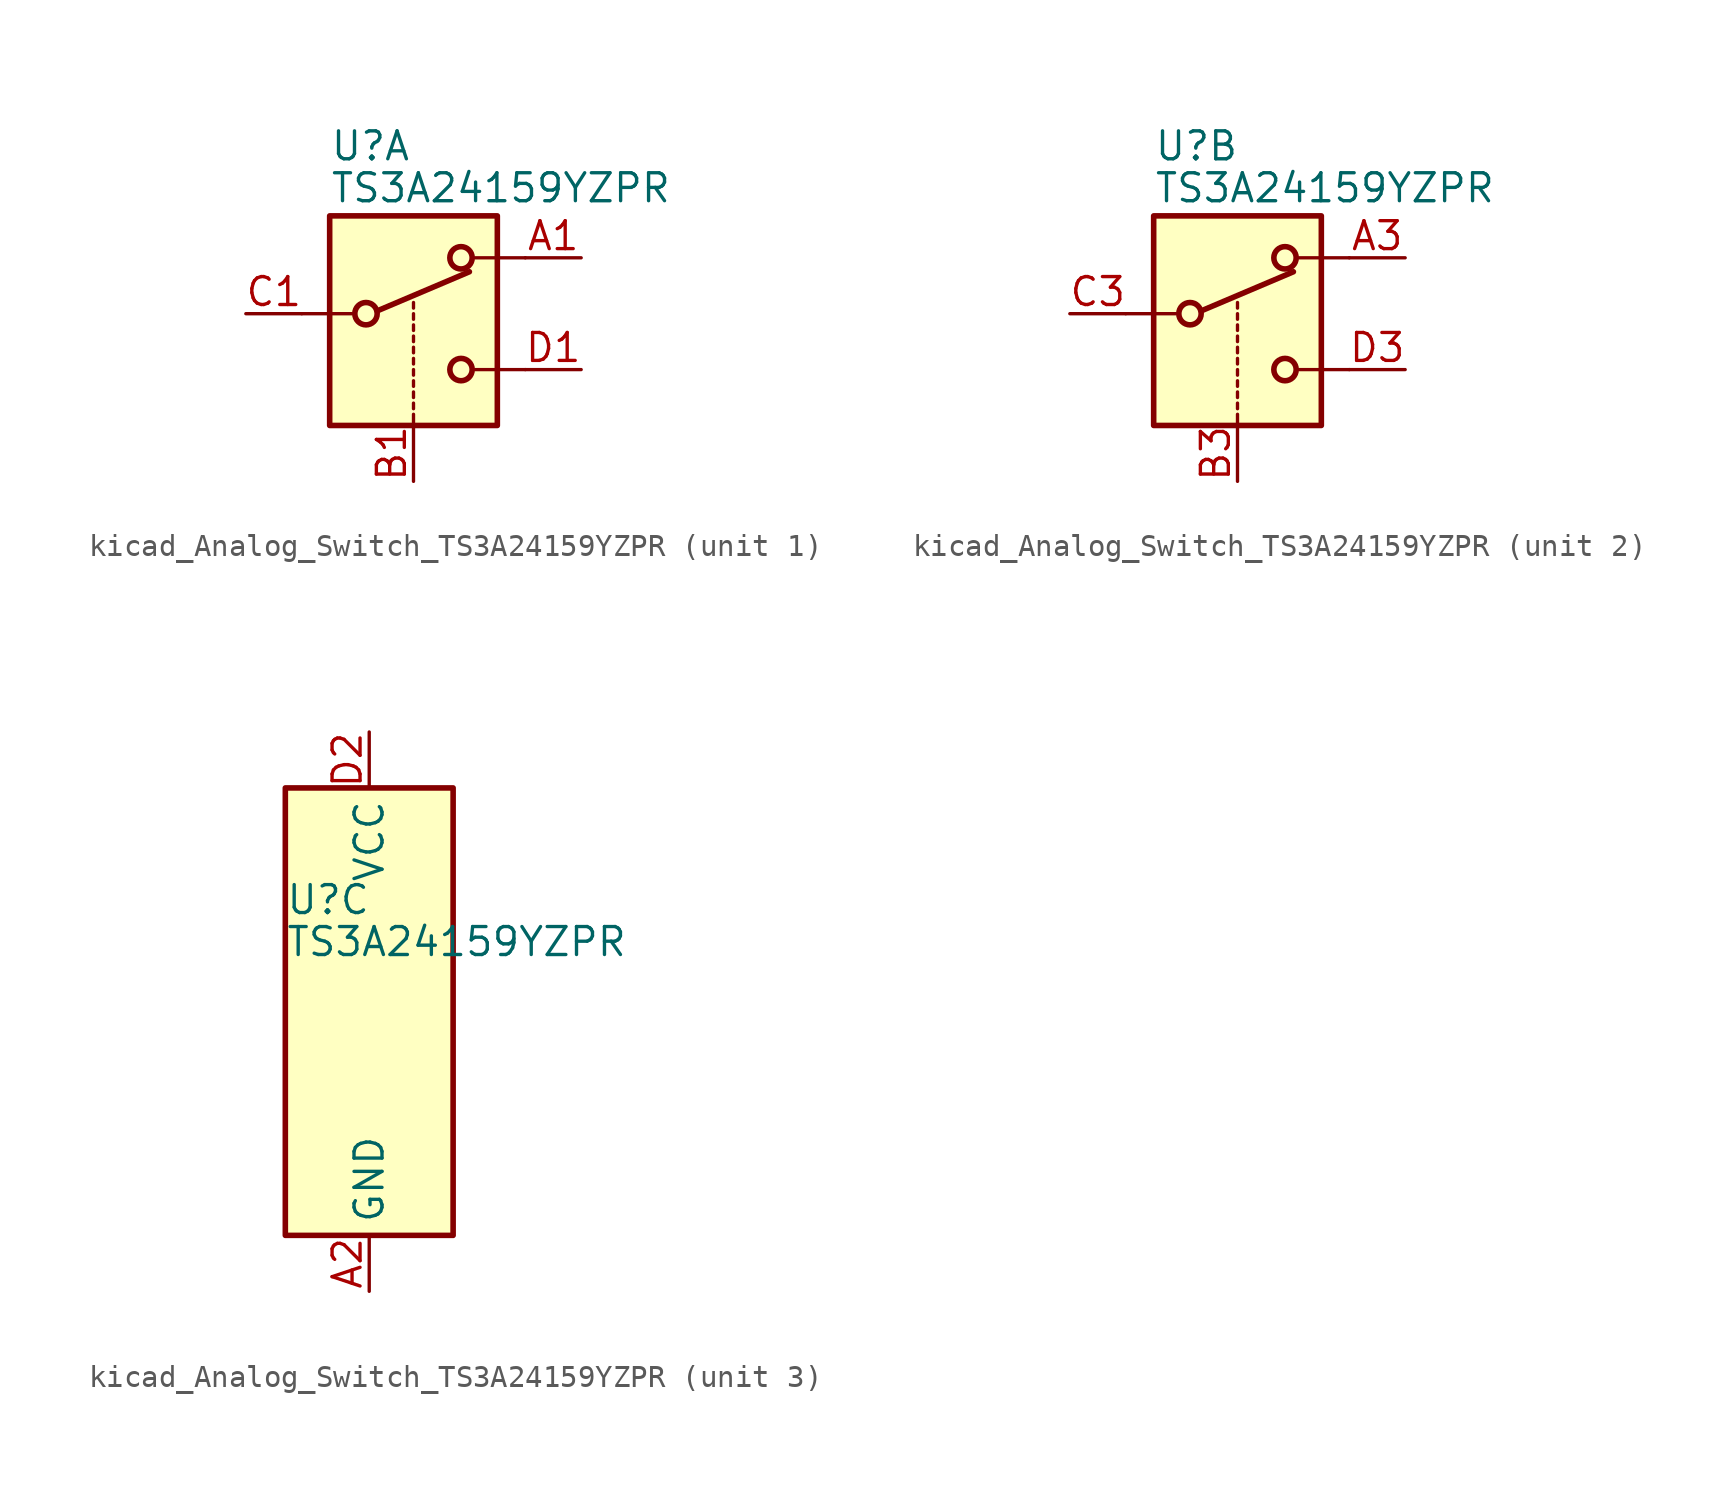
<source format=kicad_sym>
(kicad_symbol_lib
  (version 20220914)
  (generator kicad_symbol_editor)
  (symbol "kicad_Analog_Switch_TS3A24159YZPR"
    (property "Reference" "U"
      (at -3.81 5.08 0)
      (effects (font (size 1.27 1.27)) (justify left)))
    (property "Value" "TS3A24159YZPR"
      (at -3.81 3.175 0)
      (effects (font (size 1.27 1.27)) (justify left)))
    (property "ki_locked" ""
      (at 0 0 0)
      (effects (font (size 1.27 1.27))))
    (symbol "kicad_Analog_Switch_TS3A24159YZPR_1_1"
      (rectangle (start -3.81 1.905) (end 3.81 -7.62) (stroke (width 0.254) (type default)) (fill (type background)))
      (circle (center -2.159 -2.54) (radius 0.508) (stroke (width 0.254) (type default)) (fill (type none)))
      (polyline (pts (xy -5.08 -2.54) (xy -2.794 -2.54)) (stroke (width 0) (type default)) (fill (type none)))
      (polyline (pts (xy -1.651 -2.413) (xy 2.54 -0.635)) (stroke (width 0.254) (type default)) (fill (type none)))
      (polyline (pts (xy 0 -7.62) (xy 0 -7.112)) (stroke (width 0) (type default)) (fill (type none)))
      (polyline (pts (xy 0 -6.858) (xy 0 -6.604)) (stroke (width 0) (type default)) (fill (type none)))
      (polyline (pts (xy 0 -6.35) (xy 0 -6.096)) (stroke (width 0) (type default)) (fill (type none)))
      (polyline (pts (xy 0 -5.842) (xy 0 -5.588)) (stroke (width 0) (type default)) (fill (type none)))
      (polyline (pts (xy 0 -5.334) (xy 0 -5.08)) (stroke (width 0) (type default)) (fill (type none)))
      (polyline (pts (xy 0 -4.826) (xy 0 -4.572)) (stroke (width 0) (type default)) (fill (type none)))
      (polyline (pts (xy 0 -4.318) (xy 0 -4.064)) (stroke (width 0) (type default)) (fill (type none)))
      (polyline (pts (xy 0 -3.81) (xy 0 -3.556)) (stroke (width 0) (type default)) (fill (type none)))
      (polyline (pts (xy 0 -3.302) (xy 0 -3.048)) (stroke (width 0) (type default)) (fill (type none)))
      (polyline (pts (xy 0 -2.794) (xy 0 -2.54)) (stroke (width 0) (type default)) (fill (type none)))
      (polyline (pts (xy 0 -2.286) (xy 0 -2.032)) (stroke (width 0) (type default)) (fill (type none)))
      (polyline (pts (xy 5.08 -5.08) (xy 2.794 -5.08)) (stroke (width 0) (type default)) (fill (type none)))
      (polyline (pts (xy 5.08 0) (xy 2.794 0)) (stroke (width 0) (type default)) (fill (type none)))
      (circle (center 2.159 -5.08) (radius 0.508) (stroke (width 0.254) (type default)) (fill (type none)))
      (circle (center 2.159 0) (radius 0.508) (stroke (width 0.254) (type default)) (fill (type none)))
      (pin passive line (at 7.62 0 180) (length 2.54) (name "~" (effects (font (size 1.27 1.27)))) (number "A1" (effects (font (size 1.27 1.27)))))
      (pin input line (at 0 -10.16 90) (length 2.54) (name "~" (effects (font (size 1.27 1.27)))) (number "B1" (effects (font (size 1.27 1.27)))))
      (pin passive line (at -7.62 -2.54 0) (length 2.54) (name "~" (effects (font (size 1.27 1.27)))) (number "C1" (effects (font (size 1.27 1.27)))))
      (pin passive line (at 7.62 -5.08 180) (length 2.54) (name "~" (effects (font (size 1.27 1.27)))) (number "D1" (effects (font (size 1.27 1.27))))))
    (symbol "kicad_Analog_Switch_TS3A24159YZPR_2_1"
      (rectangle (start -3.81 1.905) (end 3.81 -7.62) (stroke (width 0.254) (type default)) (fill (type background)))
      (circle (center -2.159 -2.54) (radius 0.508) (stroke (width 0.254) (type default)) (fill (type none)))
      (polyline (pts (xy -5.08 -2.54) (xy -2.794 -2.54)) (stroke (width 0) (type default)) (fill (type none)))
      (polyline (pts (xy -1.651 -2.413) (xy 2.54 -0.635)) (stroke (width 0.254) (type default)) (fill (type none)))
      (polyline (pts (xy 0 -7.62) (xy 0 -7.112)) (stroke (width 0) (type default)) (fill (type none)))
      (polyline (pts (xy 0 -6.858) (xy 0 -6.604)) (stroke (width 0) (type default)) (fill (type none)))
      (polyline (pts (xy 0 -6.35) (xy 0 -6.096)) (stroke (width 0) (type default)) (fill (type none)))
      (polyline (pts (xy 0 -5.842) (xy 0 -5.588)) (stroke (width 0) (type default)) (fill (type none)))
      (polyline (pts (xy 0 -5.334) (xy 0 -5.08)) (stroke (width 0) (type default)) (fill (type none)))
      (polyline (pts (xy 0 -4.826) (xy 0 -4.572)) (stroke (width 0) (type default)) (fill (type none)))
      (polyline (pts (xy 0 -4.318) (xy 0 -4.064)) (stroke (width 0) (type default)) (fill (type none)))
      (polyline (pts (xy 0 -3.81) (xy 0 -3.556)) (stroke (width 0) (type default)) (fill (type none)))
      (polyline (pts (xy 0 -3.302) (xy 0 -3.048)) (stroke (width 0) (type default)) (fill (type none)))
      (polyline (pts (xy 0 -2.794) (xy 0 -2.54)) (stroke (width 0) (type default)) (fill (type none)))
      (polyline (pts (xy 0 -2.286) (xy 0 -2.032)) (stroke (width 0) (type default)) (fill (type none)))
      (polyline (pts (xy 5.08 -5.08) (xy 2.794 -5.08)) (stroke (width 0) (type default)) (fill (type none)))
      (polyline (pts (xy 5.08 0) (xy 2.794 0)) (stroke (width 0) (type default)) (fill (type none)))
      (circle (center 2.159 -5.08) (radius 0.508) (stroke (width 0.254) (type default)) (fill (type none)))
      (circle (center 2.159 0) (radius 0.508) (stroke (width 0.254) (type default)) (fill (type none)))
      (pin passive line (at 7.62 0 180) (length 2.54) (name "~" (effects (font (size 1.27 1.27)))) (number "A3" (effects (font (size 1.27 1.27)))))
      (pin input line (at 0 -10.16 90) (length 2.54) (name "~" (effects (font (size 1.27 1.27)))) (number "B3" (effects (font (size 1.27 1.27)))))
      (pin passive line (at -7.62 -2.54 0) (length 2.54) (name "~" (effects (font (size 1.27 1.27)))) (number "C3" (effects (font (size 1.27 1.27)))))
      (pin passive line (at 7.62 -5.08 180) (length 2.54) (name "~" (effects (font (size 1.27 1.27)))) (number "D3" (effects (font (size 1.27 1.27))))))
    (symbol "kicad_Analog_Switch_TS3A24159YZPR_3_1"
      (rectangle (start -3.81 10.16) (end 3.81 -10.16) (stroke (width 0.254) (type default)) (fill (type background)))
      (pin power_in line (at 0 -12.7 90) (length 2.54) (name "GND" (effects (font (size 1.27 1.27)))) (number "A2" (effects (font (size 1.27 1.27)))))
      (pin power_in line (at 0 12.7 270) (length 2.54) (name "VCC" (effects (font (size 1.27 1.27)))) (number "D2" (effects (font (size 1.27 1.27))))))))
</source>
